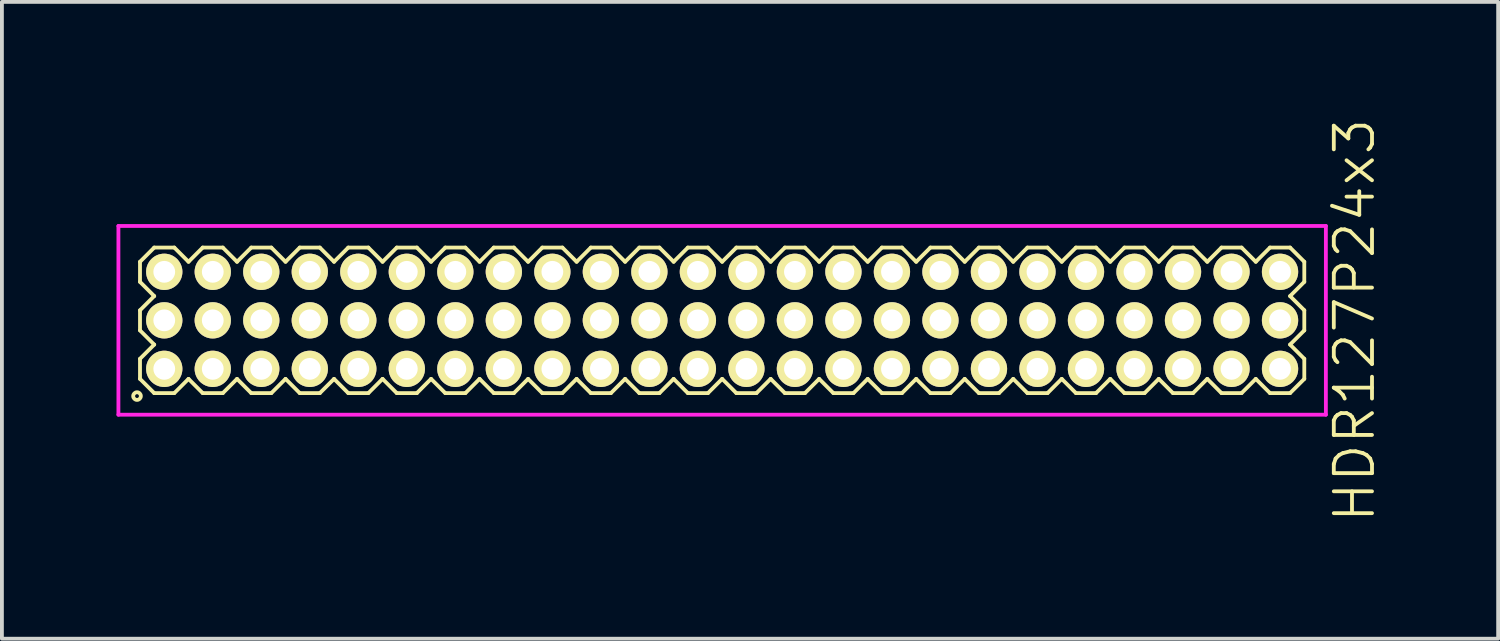
<source format=kicad_pcb>
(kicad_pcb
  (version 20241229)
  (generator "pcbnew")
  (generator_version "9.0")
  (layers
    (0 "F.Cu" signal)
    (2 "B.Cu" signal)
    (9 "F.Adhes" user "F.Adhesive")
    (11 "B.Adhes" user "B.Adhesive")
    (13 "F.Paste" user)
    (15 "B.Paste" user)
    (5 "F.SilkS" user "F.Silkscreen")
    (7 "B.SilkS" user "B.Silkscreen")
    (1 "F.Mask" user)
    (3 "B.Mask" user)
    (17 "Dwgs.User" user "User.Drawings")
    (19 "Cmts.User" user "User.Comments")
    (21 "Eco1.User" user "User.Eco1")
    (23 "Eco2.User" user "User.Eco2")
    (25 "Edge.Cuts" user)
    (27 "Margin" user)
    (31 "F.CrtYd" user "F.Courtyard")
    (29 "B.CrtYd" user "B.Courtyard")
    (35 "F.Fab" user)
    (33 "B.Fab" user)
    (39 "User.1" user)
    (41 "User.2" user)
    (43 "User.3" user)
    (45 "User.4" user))
  (footprint "HDR127P24x3"
    (layer "F.Cu")
    (at 15.855 5.336)
    (property "Reference" "HDR127P24x3" (at 16.555 0 90) (layer "F.SilkS") (effects (font (size 1 1) (thickness 0.1))))
    (attr through_hole)
    (fp_line (start -15.24 -1.533) (end -14.868 -1.905) (stroke (width 0.1) (type solid)) (layer "F.SilkS"))
    (fp_line (start -15.24 -1.007) (end -15.24 -1.533) (stroke (width 0.1) (type solid)) (layer "F.SilkS"))
    (fp_line (start -15.24 -0.263) (end -14.868 -0.635) (stroke (width 0.1) (type solid)) (layer "F.SilkS"))
    (fp_line (start -15.24 0.263) (end -15.24 -0.263) (stroke (width 0.1) (type solid)) (layer "F.SilkS"))
    (fp_line (start -15.24 1.007) (end -14.868 0.635) (stroke (width 0.1) (type solid)) (layer "F.SilkS"))
    (fp_line (start -15.24 1.533) (end -15.24 1.007) (stroke (width 0.1) (type solid)) (layer "F.SilkS"))
    (fp_line (start -14.868 -1.905) (end -14.342 -1.905) (stroke (width 0.1) (type solid)) (layer "F.SilkS"))
    (fp_line (start -14.868 -0.635) (end -15.24 -1.007) (stroke (width 0.1) (type solid)) (layer "F.SilkS"))
    (fp_line (start -14.868 0.635) (end -15.24 0.263) (stroke (width 0.1) (type solid)) (layer "F.SilkS"))
    (fp_line (start -14.868 1.905) (end -15.24 1.533) (stroke (width 0.1) (type solid)) (layer "F.SilkS"))
    (fp_line (start -14.342 -1.905) (end -13.97 -1.533) (stroke (width 0.1) (type solid)) (layer "F.SilkS"))
    (fp_line (start -14.342 1.905) (end -14.868 1.905) (stroke (width 0.1) (type solid)) (layer "F.SilkS"))
    (fp_line (start -13.97 -1.533) (end -13.598 -1.905) (stroke (width 0.1) (type solid)) (layer "F.SilkS"))
    (fp_line (start -13.97 1.533) (end -14.342 1.905) (stroke (width 0.1) (type solid)) (layer "F.SilkS"))
    (fp_line (start -13.598 -1.905) (end -13.072 -1.905) (stroke (width 0.1) (type solid)) (layer "F.SilkS"))
    (fp_line (start -13.598 1.905) (end -13.97 1.533) (stroke (width 0.1) (type solid)) (layer "F.SilkS"))
    (fp_line (start -13.072 -1.905) (end -12.7 -1.533) (stroke (width 0.1) (type solid)) (layer "F.SilkS"))
    (fp_line (start -13.072 1.905) (end -13.598 1.905) (stroke (width 0.1) (type solid)) (layer "F.SilkS"))
    (fp_line (start -12.7 -1.533) (end -12.328 -1.905) (stroke (width 0.1) (type solid)) (layer "F.SilkS"))
    (fp_line (start -12.7 1.533) (end -13.072 1.905) (stroke (width 0.1) (type solid)) (layer "F.SilkS"))
    (fp_line (start -12.328 -1.905) (end -11.802 -1.905) (stroke (width 0.1) (type solid)) (layer "F.SilkS"))
    (fp_line (start -12.328 1.905) (end -12.7 1.533) (stroke (width 0.1) (type solid)) (layer "F.SilkS"))
    (fp_line (start -11.802 -1.905) (end -11.43 -1.533) (stroke (width 0.1) (type solid)) (layer "F.SilkS"))
    (fp_line (start -11.802 1.905) (end -12.328 1.905) (stroke (width 0.1) (type solid)) (layer "F.SilkS"))
    (fp_line (start -11.43 -1.533) (end -11.058 -1.905) (stroke (width 0.1) (type solid)) (layer "F.SilkS"))
    (fp_line (start -11.43 1.533) (end -11.802 1.905) (stroke (width 0.1) (type solid)) (layer "F.SilkS"))
    (fp_line (start -11.058 -1.905) (end -10.532 -1.905) (stroke (width 0.1) (type solid)) (layer "F.SilkS"))
    (fp_line (start -11.058 1.905) (end -11.43 1.533) (stroke (width 0.1) (type solid)) (layer "F.SilkS"))
    (fp_line (start -10.532 -1.905) (end -10.16 -1.533) (stroke (width 0.1) (type solid)) (layer "F.SilkS"))
    (fp_line (start -10.532 1.905) (end -11.058 1.905) (stroke (width 0.1) (type solid)) (layer "F.SilkS"))
    (fp_line (start -10.16 -1.533) (end -9.788 -1.905) (stroke (width 0.1) (type solid)) (layer "F.SilkS"))
    (fp_line (start -10.16 1.533) (end -10.532 1.905) (stroke (width 0.1) (type solid)) (layer "F.SilkS"))
    (fp_line (start -9.788 -1.905) (end -9.262 -1.905) (stroke (width 0.1) (type solid)) (layer "F.SilkS"))
    (fp_line (start -9.788 1.905) (end -10.16 1.533) (stroke (width 0.1) (type solid)) (layer "F.SilkS"))
    (fp_line (start -9.262 -1.905) (end -8.89 -1.533) (stroke (width 0.1) (type solid)) (layer "F.SilkS"))
    (fp_line (start -9.262 1.905) (end -9.788 1.905) (stroke (width 0.1) (type solid)) (layer "F.SilkS"))
    (fp_line (start -8.89 -1.533) (end -8.518 -1.905) (stroke (width 0.1) (type solid)) (layer "F.SilkS"))
    (fp_line (start -8.89 1.533) (end -9.262 1.905) (stroke (width 0.1) (type solid)) (layer "F.SilkS"))
    (fp_line (start -8.518 -1.905) (end -7.992 -1.905) (stroke (width 0.1) (type solid)) (layer "F.SilkS"))
    (fp_line (start -8.518 1.905) (end -8.89 1.533) (stroke (width 0.1) (type solid)) (layer "F.SilkS"))
    (fp_line (start -7.992 -1.905) (end -7.62 -1.533) (stroke (width 0.1) (type solid)) (layer "F.SilkS"))
    (fp_line (start -7.992 1.905) (end -8.518 1.905) (stroke (width 0.1) (type solid)) (layer "F.SilkS"))
    (fp_line (start -7.62 -1.533) (end -7.248 -1.905) (stroke (width 0.1) (type solid)) (layer "F.SilkS"))
    (fp_line (start -7.62 1.533) (end -7.992 1.905) (stroke (width 0.1) (type solid)) (layer "F.SilkS"))
    (fp_line (start -7.248 -1.905) (end -6.722 -1.905) (stroke (width 0.1) (type solid)) (layer "F.SilkS"))
    (fp_line (start -7.248 1.905) (end -7.62 1.533) (stroke (width 0.1) (type solid)) (layer "F.SilkS"))
    (fp_line (start -6.722 -1.905) (end -6.35 -1.533) (stroke (width 0.1) (type solid)) (layer "F.SilkS"))
    (fp_line (start -6.722 1.905) (end -7.248 1.905) (stroke (width 0.1) (type solid)) (layer "F.SilkS"))
    (fp_line (start -6.35 -1.533) (end -5.978 -1.905) (stroke (width 0.1) (type solid)) (layer "F.SilkS"))
    (fp_line (start -6.35 1.533) (end -6.722 1.905) (stroke (width 0.1) (type solid)) (layer "F.SilkS"))
    (fp_line (start -5.978 -1.905) (end -5.452 -1.905) (stroke (width 0.1) (type solid)) (layer "F.SilkS"))
    (fp_line (start -5.978 1.905) (end -6.35 1.533) (stroke (width 0.1) (type solid)) (layer "F.SilkS"))
    (fp_line (start -5.452 -1.905) (end -5.08 -1.533) (stroke (width 0.1) (type solid)) (layer "F.SilkS"))
    (fp_line (start -5.452 1.905) (end -5.978 1.905) (stroke (width 0.1) (type solid)) (layer "F.SilkS"))
    (fp_line (start -5.08 -1.533) (end -4.708 -1.905) (stroke (width 0.1) (type solid)) (layer "F.SilkS"))
    (fp_line (start -5.08 1.533) (end -5.452 1.905) (stroke (width 0.1) (type solid)) (layer "F.SilkS"))
    (fp_line (start -4.708 -1.905) (end -4.182 -1.905) (stroke (width 0.1) (type solid)) (layer "F.SilkS"))
    (fp_line (start -4.708 1.905) (end -5.08 1.533) (stroke (width 0.1) (type solid)) (layer "F.SilkS"))
    (fp_line (start -4.182 -1.905) (end -3.81 -1.533) (stroke (width 0.1) (type solid)) (layer "F.SilkS"))
    (fp_line (start -4.182 1.905) (end -4.708 1.905) (stroke (width 0.1) (type solid)) (layer "F.SilkS"))
    (fp_line (start -3.81 -1.533) (end -3.438 -1.905) (stroke (width 0.1) (type solid)) (layer "F.SilkS"))
    (fp_line (start -3.81 1.533) (end -4.182 1.905) (stroke (width 0.1) (type solid)) (layer "F.SilkS"))
    (fp_line (start -3.438 -1.905) (end -2.912 -1.905) (stroke (width 0.1) (type solid)) (layer "F.SilkS"))
    (fp_line (start -3.438 1.905) (end -3.81 1.533) (stroke (width 0.1) (type solid)) (layer "F.SilkS"))
    (fp_line (start -2.912 -1.905) (end -2.54 -1.533) (stroke (width 0.1) (type solid)) (layer "F.SilkS"))
    (fp_line (start -2.912 1.905) (end -3.438 1.905) (stroke (width 0.1) (type solid)) (layer "F.SilkS"))
    (fp_line (start -2.54 -1.533) (end -2.168 -1.905) (stroke (width 0.1) (type solid)) (layer "F.SilkS"))
    (fp_line (start -2.54 1.533) (end -2.912 1.905) (stroke (width 0.1) (type solid)) (layer "F.SilkS"))
    (fp_line (start -2.168 -1.905) (end -1.642 -1.905) (stroke (width 0.1) (type solid)) (layer "F.SilkS"))
    (fp_line (start -2.168 1.905) (end -2.54 1.533) (stroke (width 0.1) (type solid)) (layer "F.SilkS"))
    (fp_line (start -1.642 -1.905) (end -1.27 -1.533) (stroke (width 0.1) (type solid)) (layer "F.SilkS"))
    (fp_line (start -1.642 1.905) (end -2.168 1.905) (stroke (width 0.1) (type solid)) (layer "F.SilkS"))
    (fp_line (start -1.27 -1.533) (end -0.898 -1.905) (stroke (width 0.1) (type solid)) (layer "F.SilkS"))
    (fp_line (start -1.27 1.533) (end -1.642 1.905) (stroke (width 0.1) (type solid)) (layer "F.SilkS"))
    (fp_line (start -0.898 -1.905) (end -0.372 -1.905) (stroke (width 0.1) (type solid)) (layer "F.SilkS"))
    (fp_line (start -0.898 1.905) (end -1.27 1.533) (stroke (width 0.1) (type solid)) (layer "F.SilkS"))
    (fp_line (start -0.372 -1.905) (end 0 -1.533) (stroke (width 0.1) (type solid)) (layer "F.SilkS"))
    (fp_line (start -0.372 1.905) (end -0.898 1.905) (stroke (width 0.1) (type solid)) (layer "F.SilkS"))
    (fp_line (start 0 -1.533) (end 0.372 -1.905) (stroke (width 0.1) (type solid)) (layer "F.SilkS"))
    (fp_line (start 0 1.533) (end -0.372 1.905) (stroke (width 0.1) (type solid)) (layer "F.SilkS"))
    (fp_line (start 0.372 -1.905) (end 0.898 -1.905) (stroke (width 0.1) (type solid)) (layer "F.SilkS"))
    (fp_line (start 0.372 1.905) (end 0 1.533) (stroke (width 0.1) (type solid)) (layer "F.SilkS"))
    (fp_line (start 0.898 -1.905) (end 1.27 -1.533) (stroke (width 0.1) (type solid)) (layer "F.SilkS"))
    (fp_line (start 0.898 1.905) (end 0.372 1.905) (stroke (width 0.1) (type solid)) (layer "F.SilkS"))
    (fp_line (start 1.27 -1.533) (end 1.642 -1.905) (stroke (width 0.1) (type solid)) (layer "F.SilkS"))
    (fp_line (start 1.27 1.533) (end 0.898 1.905) (stroke (width 0.1) (type solid)) (layer "F.SilkS"))
    (fp_line (start 1.642 -1.905) (end 2.168 -1.905) (stroke (width 0.1) (type solid)) (layer "F.SilkS"))
    (fp_line (start 1.642 1.905) (end 1.27 1.533) (stroke (width 0.1) (type solid)) (layer "F.SilkS"))
    (fp_line (start 2.168 -1.905) (end 2.54 -1.533) (stroke (width 0.1) (type solid)) (layer "F.SilkS"))
    (fp_line (start 2.168 1.905) (end 1.642 1.905) (stroke (width 0.1) (type solid)) (layer "F.SilkS"))
    (fp_line (start 2.54 -1.533) (end 2.912 -1.905) (stroke (width 0.1) (type solid)) (layer "F.SilkS"))
    (fp_line (start 2.54 1.533) (end 2.168 1.905) (stroke (width 0.1) (type solid)) (layer "F.SilkS"))
    (fp_line (start 2.912 -1.905) (end 3.438 -1.905) (stroke (width 0.1) (type solid)) (layer "F.SilkS"))
    (fp_line (start 2.912 1.905) (end 2.54 1.533) (stroke (width 0.1) (type solid)) (layer "F.SilkS"))
    (fp_line (start 3.438 -1.905) (end 3.81 -1.533) (stroke (width 0.1) (type solid)) (layer "F.SilkS"))
    (fp_line (start 3.438 1.905) (end 2.912 1.905) (stroke (width 0.1) (type solid)) (layer "F.SilkS"))
    (fp_line (start 3.81 -1.533) (end 4.182 -1.905) (stroke (width 0.1) (type solid)) (layer "F.SilkS"))
    (fp_line (start 3.81 1.533) (end 3.438 1.905) (stroke (width 0.1) (type solid)) (layer "F.SilkS"))
    (fp_line (start 4.182 -1.905) (end 4.708 -1.905) (stroke (width 0.1) (type solid)) (layer "F.SilkS"))
    (fp_line (start 4.182 1.905) (end 3.81 1.533) (stroke (width 0.1) (type solid)) (layer "F.SilkS"))
    (fp_line (start 4.708 -1.905) (end 5.08 -1.533) (stroke (width 0.1) (type solid)) (layer "F.SilkS"))
    (fp_line (start 4.708 1.905) (end 4.182 1.905) (stroke (width 0.1) (type solid)) (layer "F.SilkS"))
    (fp_line (start 5.08 -1.533) (end 5.452 -1.905) (stroke (width 0.1) (type solid)) (layer "F.SilkS"))
    (fp_line (start 5.08 1.533) (end 4.708 1.905) (stroke (width 0.1) (type solid)) (layer "F.SilkS"))
    (fp_line (start 5.452 -1.905) (end 5.978 -1.905) (stroke (width 0.1) (type solid)) (layer "F.SilkS"))
    (fp_line (start 5.452 1.905) (end 5.08 1.533) (stroke (width 0.1) (type solid)) (layer "F.SilkS"))
    (fp_line (start 5.978 -1.905) (end 6.35 -1.533) (stroke (width 0.1) (type solid)) (layer "F.SilkS"))
    (fp_line (start 5.978 1.905) (end 5.452 1.905) (stroke (width 0.1) (type solid)) (layer "F.SilkS"))
    (fp_line (start 6.35 -1.533) (end 6.722 -1.905) (stroke (width 0.1) (type solid)) (layer "F.SilkS"))
    (fp_line (start 6.35 1.533) (end 5.978 1.905) (stroke (width 0.1) (type solid)) (layer "F.SilkS"))
    (fp_line (start 6.722 -1.905) (end 7.248 -1.905) (stroke (width 0.1) (type solid)) (layer "F.SilkS"))
    (fp_line (start 6.722 1.905) (end 6.35 1.533) (stroke (width 0.1) (type solid)) (layer "F.SilkS"))
    (fp_line (start 7.248 -1.905) (end 7.62 -1.533) (stroke (width 0.1) (type solid)) (layer "F.SilkS"))
    (fp_line (start 7.248 1.905) (end 6.722 1.905) (stroke (width 0.1) (type solid)) (layer "F.SilkS"))
    (fp_line (start 7.62 -1.533) (end 7.992 -1.905) (stroke (width 0.1) (type solid)) (layer "F.SilkS"))
    (fp_line (start 7.62 1.533) (end 7.248 1.905) (stroke (width 0.1) (type solid)) (layer "F.SilkS"))
    (fp_line (start 7.992 -1.905) (end 8.518 -1.905) (stroke (width 0.1) (type solid)) (layer "F.SilkS"))
    (fp_line (start 7.992 1.905) (end 7.62 1.533) (stroke (width 0.1) (type solid)) (layer "F.SilkS"))
    (fp_line (start 8.518 -1.905) (end 8.89 -1.533) (stroke (width 0.1) (type solid)) (layer "F.SilkS"))
    (fp_line (start 8.518 1.905) (end 7.992 1.905) (stroke (width 0.1) (type solid)) (layer "F.SilkS"))
    (fp_line (start 8.89 -1.533) (end 9.262 -1.905) (stroke (width 0.1) (type solid)) (layer "F.SilkS"))
    (fp_line (start 8.89 1.533) (end 8.518 1.905) (stroke (width 0.1) (type solid)) (layer "F.SilkS"))
    (fp_line (start 9.262 -1.905) (end 9.788 -1.905) (stroke (width 0.1) (type solid)) (layer "F.SilkS"))
    (fp_line (start 9.262 1.905) (end 8.89 1.533) (stroke (width 0.1) (type solid)) (layer "F.SilkS"))
    (fp_line (start 9.788 -1.905) (end 10.16 -1.533) (stroke (width 0.1) (type solid)) (layer "F.SilkS"))
    (fp_line (start 9.788 1.905) (end 9.262 1.905) (stroke (width 0.1) (type solid)) (layer "F.SilkS"))
    (fp_line (start 10.16 -1.533) (end 10.532 -1.905) (stroke (width 0.1) (type solid)) (layer "F.SilkS"))
    (fp_line (start 10.16 1.533) (end 9.788 1.905) (stroke (width 0.1) (type solid)) (layer "F.SilkS"))
    (fp_line (start 10.532 -1.905) (end 11.058 -1.905) (stroke (width 0.1) (type solid)) (layer "F.SilkS"))
    (fp_line (start 10.532 1.905) (end 10.16 1.533) (stroke (width 0.1) (type solid)) (layer "F.SilkS"))
    (fp_line (start 11.058 -1.905) (end 11.43 -1.533) (stroke (width 0.1) (type solid)) (layer "F.SilkS"))
    (fp_line (start 11.058 1.905) (end 10.532 1.905) (stroke (width 0.1) (type solid)) (layer "F.SilkS"))
    (fp_line (start 11.43 -1.533) (end 11.802 -1.905) (stroke (width 0.1) (type solid)) (layer "F.SilkS"))
    (fp_line (start 11.43 1.533) (end 11.058 1.905) (stroke (width 0.1) (type solid)) (layer "F.SilkS"))
    (fp_line (start 11.802 -1.905) (end 12.328 -1.905) (stroke (width 0.1) (type solid)) (layer "F.SilkS"))
    (fp_line (start 11.802 1.905) (end 11.43 1.533) (stroke (width 0.1) (type solid)) (layer "F.SilkS"))
    (fp_line (start 12.328 -1.905) (end 12.7 -1.533) (stroke (width 0.1) (type solid)) (layer "F.SilkS"))
    (fp_line (start 12.328 1.905) (end 11.802 1.905) (stroke (width 0.1) (type solid)) (layer "F.SilkS"))
    (fp_line (start 12.7 -1.533) (end 13.072 -1.905) (stroke (width 0.1) (type solid)) (layer "F.SilkS"))
    (fp_line (start 12.7 1.533) (end 12.328 1.905) (stroke (width 0.1) (type solid)) (layer "F.SilkS"))
    (fp_line (start 13.072 -1.905) (end 13.598 -1.905) (stroke (width 0.1) (type solid)) (layer "F.SilkS"))
    (fp_line (start 13.072 1.905) (end 12.7 1.533) (stroke (width 0.1) (type solid)) (layer "F.SilkS"))
    (fp_line (start 13.598 -1.905) (end 13.97 -1.533) (stroke (width 0.1) (type solid)) (layer "F.SilkS"))
    (fp_line (start 13.598 1.905) (end 13.072 1.905) (stroke (width 0.1) (type solid)) (layer "F.SilkS"))
    (fp_line (start 13.97 -1.533) (end 14.342 -1.905) (stroke (width 0.1) (type solid)) (layer "F.SilkS"))
    (fp_line (start 13.97 1.533) (end 13.598 1.905) (stroke (width 0.1) (type solid)) (layer "F.SilkS"))
    (fp_line (start 14.342 -1.905) (end 14.868 -1.905) (stroke (width 0.1) (type solid)) (layer "F.SilkS"))
    (fp_line (start 14.342 1.905) (end 13.97 1.533) (stroke (width 0.1) (type solid)) (layer "F.SilkS"))
    (fp_line (start 14.868 -1.905) (end 15.24 -1.533) (stroke (width 0.1) (type solid)) (layer "F.SilkS"))
    (fp_line (start 14.868 -0.635) (end 15.24 -0.263) (stroke (width 0.1) (type solid)) (layer "F.SilkS"))
    (fp_line (start 14.868 0.635) (end 15.24 1.007) (stroke (width 0.1) (type solid)) (layer "F.SilkS"))
    (fp_line (start 14.868 1.905) (end 14.342 1.905) (stroke (width 0.1) (type solid)) (layer "F.SilkS"))
    (fp_line (start 15.24 -1.533) (end 15.24 -1.007) (stroke (width 0.1) (type solid)) (layer "F.SilkS"))
    (fp_line (start 15.24 -1.007) (end 14.868 -0.635) (stroke (width 0.1) (type solid)) (layer "F.SilkS"))
    (fp_line (start 15.24 -0.263) (end 15.24 0.263) (stroke (width 0.1) (type solid)) (layer "F.SilkS"))
    (fp_line (start 15.24 0.263) (end 14.868 0.635) (stroke (width 0.1) (type solid)) (layer "F.SilkS"))
    (fp_line (start 15.24 1.007) (end 15.24 1.533) (stroke (width 0.1) (type solid)) (layer "F.SilkS"))
    (fp_line (start 15.24 1.533) (end 14.868 1.905) (stroke (width 0.1) (type solid)) (layer "F.SilkS"))
    (fp_circle (center -15.318 1.983) (end -15.218 1.983) (stroke (width 0.1) (type solid)) (fill no) (layer "F.SilkS"))
    (fp_line (start -15.805 -2.47) (end -15.805 2.47) (stroke (width 0.1) (type solid)) (layer "F.CrtYd"))
    (fp_line (start -15.805 2.47) (end 15.805 2.47) (stroke (width 0.1) (type solid)) (layer "F.CrtYd"))
    (fp_line (start 15.805 -2.47) (end -15.805 -2.47) (stroke (width 0.1) (type solid)) (layer "F.CrtYd"))
    (fp_line (start 15.805 2.47) (end 15.805 -2.47) (stroke (width 0.1) (type solid)) (layer "F.CrtYd"))
    (pad "1" thru_hole oval (at -14.605 1.27) (size 0.95 0.95) (drill 0.57) (layers "*.Cu" "*.Mask" "F.SilkS"))
    (pad "2" thru_hole oval (at -14.605 0) (size 0.95 0.95) (drill 0.57) (layers "*.Cu" "*.Mask" "F.SilkS"))
    (pad "3" thru_hole oval (at -14.605 -1.27) (size 0.95 0.95) (drill 0.57) (layers "*.Cu" "*.Mask" "F.SilkS"))
    (pad "4" thru_hole oval (at -13.335 1.27) (size 0.95 0.95) (drill 0.57) (layers "*.Cu" "*.Mask" "F.SilkS"))
    (pad "5" thru_hole oval (at -13.335 0) (size 0.95 0.95) (drill 0.57) (layers "*.Cu" "*.Mask" "F.SilkS"))
    (pad "6" thru_hole oval (at -13.335 -1.27) (size 0.95 0.95) (drill 0.57) (layers "*.Cu" "*.Mask" "F.SilkS"))
    (pad "7" thru_hole oval (at -12.065 1.27) (size 0.95 0.95) (drill 0.57) (layers "*.Cu" "*.Mask" "F.SilkS"))
    (pad "8" thru_hole oval (at -12.065 0) (size 0.95 0.95) (drill 0.57) (layers "*.Cu" "*.Mask" "F.SilkS"))
    (pad "9" thru_hole oval (at -12.065 -1.27) (size 0.95 0.95) (drill 0.57) (layers "*.Cu" "*.Mask" "F.SilkS"))
    (pad "10" thru_hole oval (at -10.795 1.27) (size 0.95 0.95) (drill 0.57) (layers "*.Cu" "*.Mask" "F.SilkS"))
    (pad "11" thru_hole oval (at -10.795 0) (size 0.95 0.95) (drill 0.57) (layers "*.Cu" "*.Mask" "F.SilkS"))
    (pad "12" thru_hole oval (at -10.795 -1.27) (size 0.95 0.95) (drill 0.57) (layers "*.Cu" "*.Mask" "F.SilkS"))
    (pad "13" thru_hole oval (at -9.525 1.27) (size 0.95 0.95) (drill 0.57) (layers "*.Cu" "*.Mask" "F.SilkS"))
    (pad "14" thru_hole oval (at -9.525 0) (size 0.95 0.95) (drill 0.57) (layers "*.Cu" "*.Mask" "F.SilkS"))
    (pad "15" thru_hole oval (at -9.525 -1.27) (size 0.95 0.95) (drill 0.57) (layers "*.Cu" "*.Mask" "F.SilkS"))
    (pad "16" thru_hole oval (at -8.255 1.27) (size 0.95 0.95) (drill 0.57) (layers "*.Cu" "*.Mask" "F.SilkS"))
    (pad "17" thru_hole oval (at -8.255 0) (size 0.95 0.95) (drill 0.57) (layers "*.Cu" "*.Mask" "F.SilkS"))
    (pad "18" thru_hole oval (at -8.255 -1.27) (size 0.95 0.95) (drill 0.57) (layers "*.Cu" "*.Mask" "F.SilkS"))
    (pad "19" thru_hole oval (at -6.985 1.27) (size 0.95 0.95) (drill 0.57) (layers "*.Cu" "*.Mask" "F.SilkS"))
    (pad "20" thru_hole oval (at -6.985 0) (size 0.95 0.95) (drill 0.57) (layers "*.Cu" "*.Mask" "F.SilkS"))
    (pad "21" thru_hole oval (at -6.985 -1.27) (size 0.95 0.95) (drill 0.57) (layers "*.Cu" "*.Mask" "F.SilkS"))
    (pad "22" thru_hole oval (at -5.715 1.27) (size 0.95 0.95) (drill 0.57) (layers "*.Cu" "*.Mask" "F.SilkS"))
    (pad "23" thru_hole oval (at -5.715 0) (size 0.95 0.95) (drill 0.57) (layers "*.Cu" "*.Mask" "F.SilkS"))
    (pad "24" thru_hole oval (at -5.715 -1.27) (size 0.95 0.95) (drill 0.57) (layers "*.Cu" "*.Mask" "F.SilkS"))
    (pad "25" thru_hole oval (at -4.445 1.27) (size 0.95 0.95) (drill 0.57) (layers "*.Cu" "*.Mask" "F.SilkS"))
    (pad "26" thru_hole oval (at -4.445 0) (size 0.95 0.95) (drill 0.57) (layers "*.Cu" "*.Mask" "F.SilkS"))
    (pad "27" thru_hole oval (at -4.445 -1.27) (size 0.95 0.95) (drill 0.57) (layers "*.Cu" "*.Mask" "F.SilkS"))
    (pad "28" thru_hole oval (at -3.175 1.27) (size 0.95 0.95) (drill 0.57) (layers "*.Cu" "*.Mask" "F.SilkS"))
    (pad "29" thru_hole oval (at -3.175 0) (size 0.95 0.95) (drill 0.57) (layers "*.Cu" "*.Mask" "F.SilkS"))
    (pad "30" thru_hole oval (at -3.175 -1.27) (size 0.95 0.95) (drill 0.57) (layers "*.Cu" "*.Mask" "F.SilkS"))
    (pad "31" thru_hole oval (at -1.905 1.27) (size 0.95 0.95) (drill 0.57) (layers "*.Cu" "*.Mask" "F.SilkS"))
    (pad "32" thru_hole oval (at -1.905 0) (size 0.95 0.95) (drill 0.57) (layers "*.Cu" "*.Mask" "F.SilkS"))
    (pad "33" thru_hole oval (at -1.905 -1.27) (size 0.95 0.95) (drill 0.57) (layers "*.Cu" "*.Mask" "F.SilkS"))
    (pad "34" thru_hole oval (at -0.635 1.27) (size 0.95 0.95) (drill 0.57) (layers "*.Cu" "*.Mask" "F.SilkS"))
    (pad "35" thru_hole oval (at -0.635 0) (size 0.95 0.95) (drill 0.57) (layers "*.Cu" "*.Mask" "F.SilkS"))
    (pad "36" thru_hole oval (at -0.635 -1.27) (size 0.95 0.95) (drill 0.57) (layers "*.Cu" "*.Mask" "F.SilkS"))
    (pad "37" thru_hole oval (at 0.635 1.27) (size 0.95 0.95) (drill 0.57) (layers "*.Cu" "*.Mask" "F.SilkS"))
    (pad "38" thru_hole oval (at 0.635 0) (size 0.95 0.95) (drill 0.57) (layers "*.Cu" "*.Mask" "F.SilkS"))
    (pad "39" thru_hole oval (at 0.635 -1.27) (size 0.95 0.95) (drill 0.57) (layers "*.Cu" "*.Mask" "F.SilkS"))
    (pad "40" thru_hole oval (at 1.905 1.27) (size 0.95 0.95) (drill 0.57) (layers "*.Cu" "*.Mask" "F.SilkS"))
    (pad "41" thru_hole oval (at 1.905 0) (size 0.95 0.95) (drill 0.57) (layers "*.Cu" "*.Mask" "F.SilkS"))
    (pad "42" thru_hole oval (at 1.905 -1.27) (size 0.95 0.95) (drill 0.57) (layers "*.Cu" "*.Mask" "F.SilkS"))
    (pad "43" thru_hole oval (at 3.175 1.27) (size 0.95 0.95) (drill 0.57) (layers "*.Cu" "*.Mask" "F.SilkS"))
    (pad "44" thru_hole oval (at 3.175 0) (size 0.95 0.95) (drill 0.57) (layers "*.Cu" "*.Mask" "F.SilkS"))
    (pad "45" thru_hole oval (at 3.175 -1.27) (size 0.95 0.95) (drill 0.57) (layers "*.Cu" "*.Mask" "F.SilkS"))
    (pad "46" thru_hole oval (at 4.445 1.27) (size 0.95 0.95) (drill 0.57) (layers "*.Cu" "*.Mask" "F.SilkS"))
    (pad "47" thru_hole oval (at 4.445 0) (size 0.95 0.95) (drill 0.57) (layers "*.Cu" "*.Mask" "F.SilkS"))
    (pad "48" thru_hole oval (at 4.445 -1.27) (size 0.95 0.95) (drill 0.57) (layers "*.Cu" "*.Mask" "F.SilkS"))
    (pad "49" thru_hole oval (at 5.715 1.27) (size 0.95 0.95) (drill 0.57) (layers "*.Cu" "*.Mask" "F.SilkS"))
    (pad "50" thru_hole oval (at 5.715 0) (size 0.95 0.95) (drill 0.57) (layers "*.Cu" "*.Mask" "F.SilkS"))
    (pad "51" thru_hole oval (at 5.715 -1.27) (size 0.95 0.95) (drill 0.57) (layers "*.Cu" "*.Mask" "F.SilkS"))
    (pad "52" thru_hole oval (at 6.985 1.27) (size 0.95 0.95) (drill 0.57) (layers "*.Cu" "*.Mask" "F.SilkS"))
    (pad "53" thru_hole oval (at 6.985 0) (size 0.95 0.95) (drill 0.57) (layers "*.Cu" "*.Mask" "F.SilkS"))
    (pad "54" thru_hole oval (at 6.985 -1.27) (size 0.95 0.95) (drill 0.57) (layers "*.Cu" "*.Mask" "F.SilkS"))
    (pad "55" thru_hole oval (at 8.255 1.27) (size 0.95 0.95) (drill 0.57) (layers "*.Cu" "*.Mask" "F.SilkS"))
    (pad "56" thru_hole oval (at 8.255 0) (size 0.95 0.95) (drill 0.57) (layers "*.Cu" "*.Mask" "F.SilkS"))
    (pad "57" thru_hole oval (at 8.255 -1.27) (size 0.95 0.95) (drill 0.57) (layers "*.Cu" "*.Mask" "F.SilkS"))
    (pad "58" thru_hole oval (at 9.525 1.27) (size 0.95 0.95) (drill 0.57) (layers "*.Cu" "*.Mask" "F.SilkS"))
    (pad "59" thru_hole oval (at 9.525 0) (size 0.95 0.95) (drill 0.57) (layers "*.Cu" "*.Mask" "F.SilkS"))
    (pad "60" thru_hole oval (at 9.525 -1.27) (size 0.95 0.95) (drill 0.57) (layers "*.Cu" "*.Mask" "F.SilkS"))
    (pad "61" thru_hole oval (at 10.795 1.27) (size 0.95 0.95) (drill 0.57) (layers "*.Cu" "*.Mask" "F.SilkS"))
    (pad "62" thru_hole oval (at 10.795 0) (size 0.95 0.95) (drill 0.57) (layers "*.Cu" "*.Mask" "F.SilkS"))
    (pad "63" thru_hole oval (at 10.795 -1.27) (size 0.95 0.95) (drill 0.57) (layers "*.Cu" "*.Mask" "F.SilkS"))
    (pad "64" thru_hole oval (at 12.065 1.27) (size 0.95 0.95) (drill 0.57) (layers "*.Cu" "*.Mask" "F.SilkS"))
    (pad "65" thru_hole oval (at 12.065 0) (size 0.95 0.95) (drill 0.57) (layers "*.Cu" "*.Mask" "F.SilkS"))
    (pad "66" thru_hole oval (at 12.065 -1.27) (size 0.95 0.95) (drill 0.57) (layers "*.Cu" "*.Mask" "F.SilkS"))
    (pad "67" thru_hole oval (at 13.335 1.27) (size 0.95 0.95) (drill 0.57) (layers "*.Cu" "*.Mask" "F.SilkS"))
    (pad "68" thru_hole oval (at 13.335 0) (size 0.95 0.95) (drill 0.57) (layers "*.Cu" "*.Mask" "F.SilkS"))
    (pad "69" thru_hole oval (at 13.335 -1.27) (size 0.95 0.95) (drill 0.57) (layers "*.Cu" "*.Mask" "F.SilkS"))
    (pad "70" thru_hole oval (at 14.605 1.27) (size 0.95 0.95) (drill 0.57) (layers "*.Cu" "*.Mask" "F.SilkS"))
    (pad "71" thru_hole oval (at 14.605 0) (size 0.95 0.95) (drill 0.57) (layers "*.Cu" "*.Mask" "F.SilkS"))
    (pad "72" thru_hole oval (at 14.605 -1.27) (size 0.95 0.95) (drill 0.57) (layers "*.Cu" "*.Mask" "F.SilkS")))
  (gr_rect
    (start -3 -3)
    (end 36.17 13.671)
    (stroke (width 0.1) (type default))
    (fill no)
    (layer "Edge.Cuts")))
</source>
